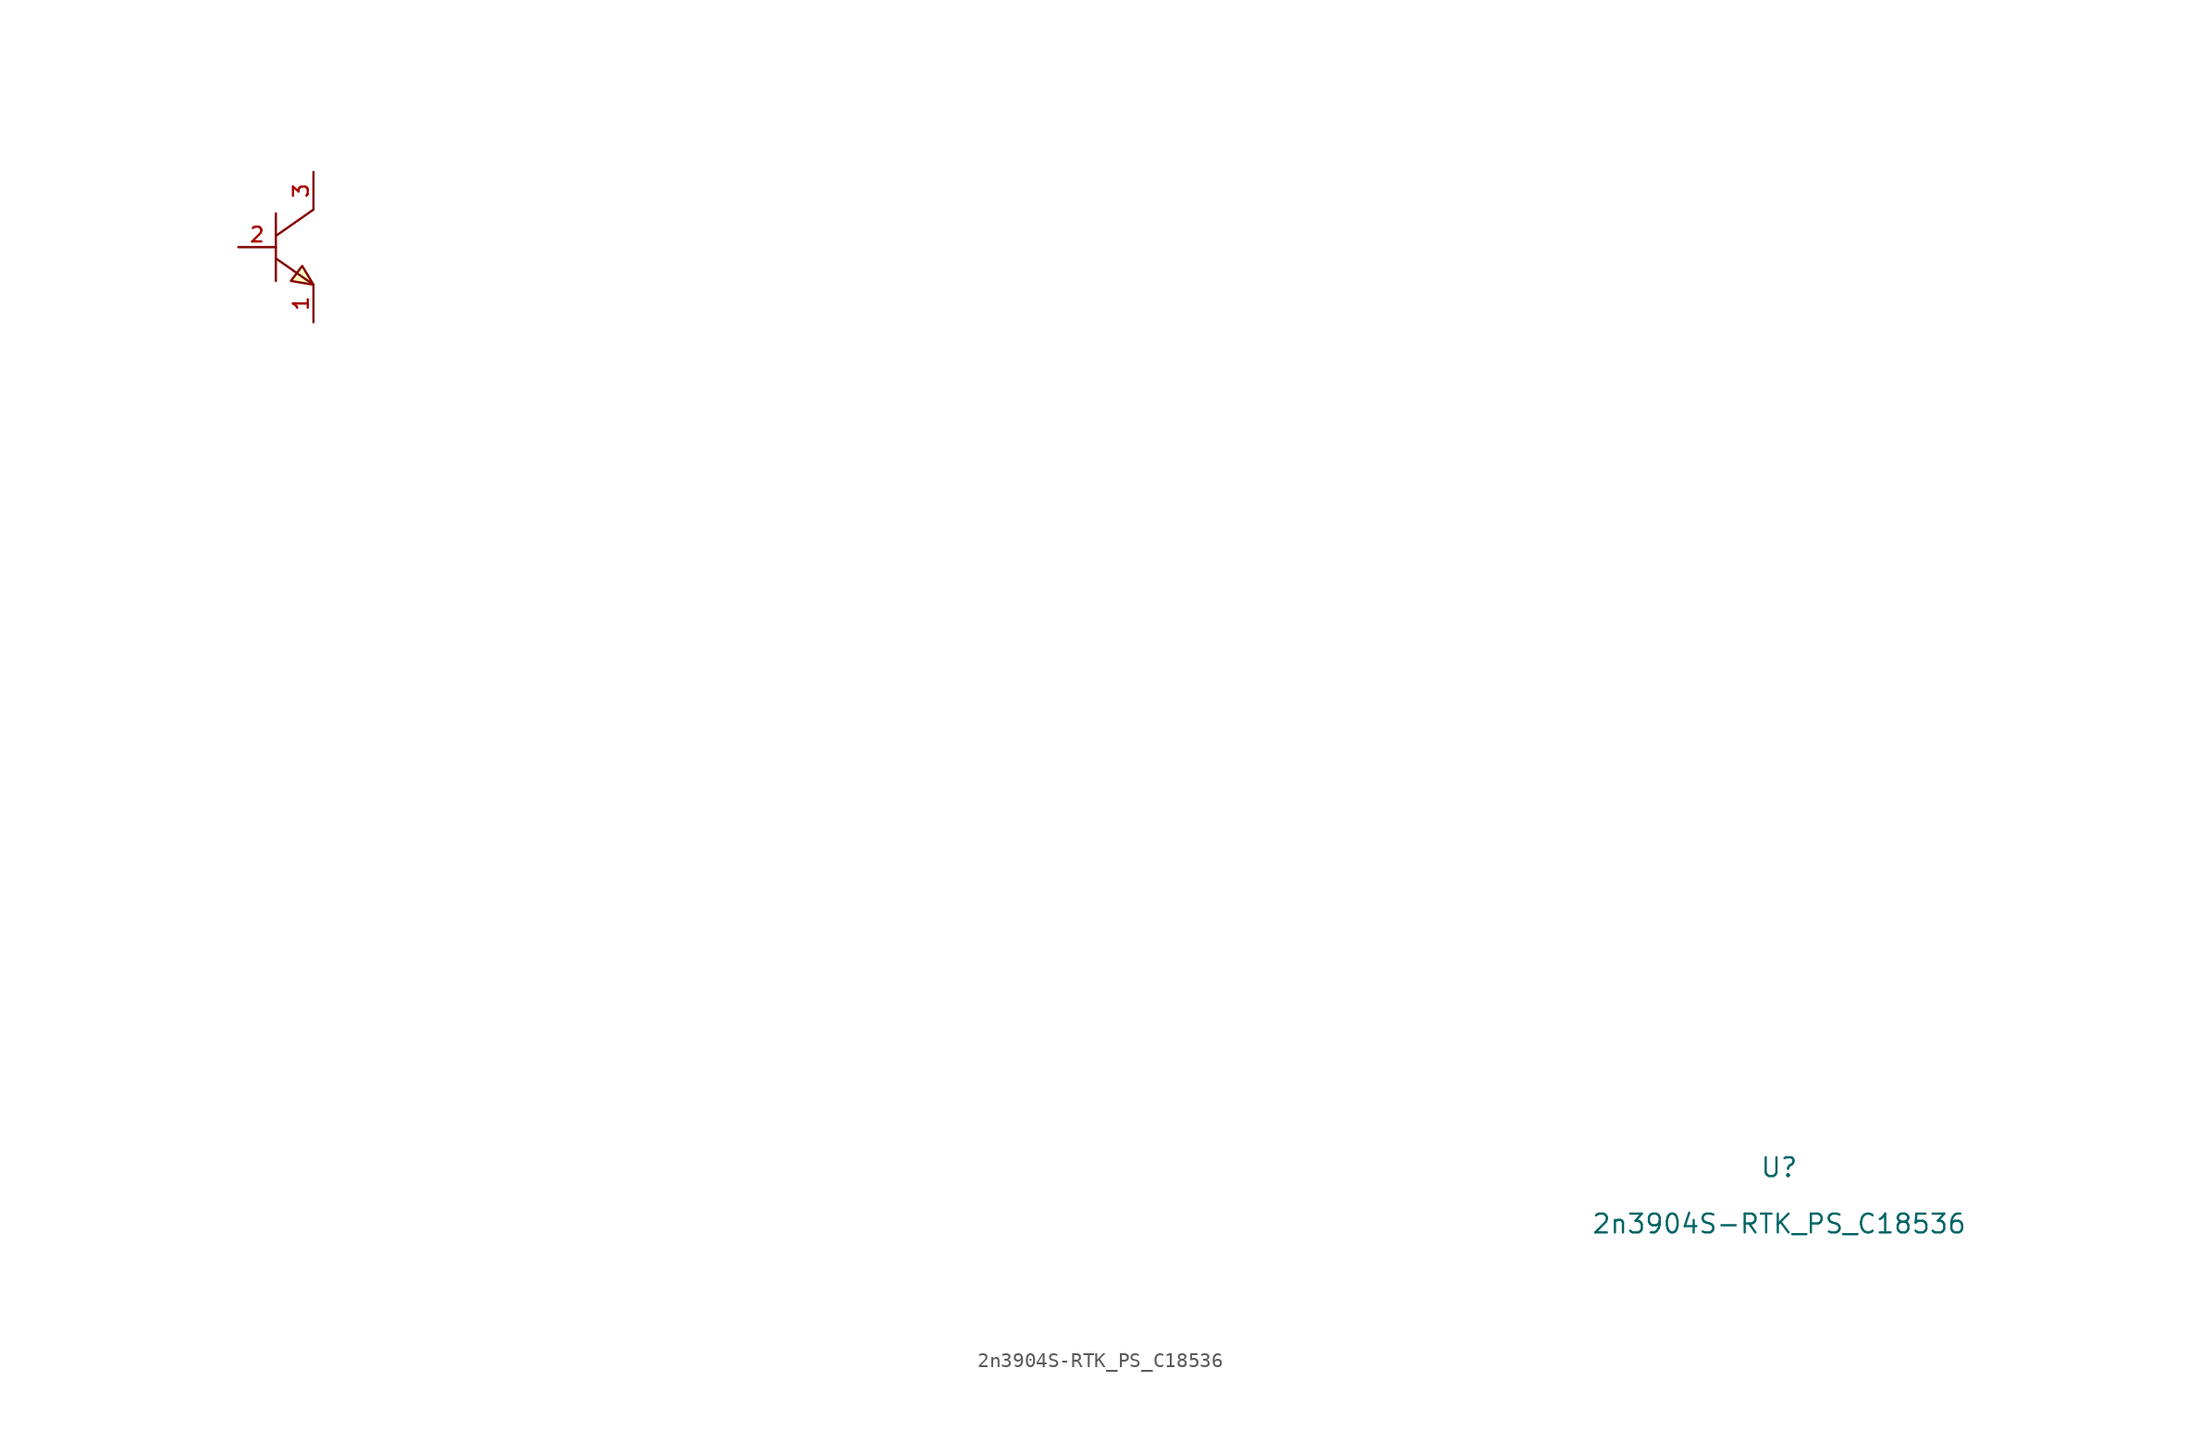
<source format=kicad_sym>
(kicad_symbol_lib
  (version 20210201)
  (generator TousstNicolas/JLC2KiCad_lib)
  (symbol "2n3904S-RTK_PS_C18536"
    (pin_names hide)
    (property "Reference" "U"
      (at 0 1.27 0)
      (effects (font (size 1.27 1.27))))
    (property "Value" "2n3904S-RTK_PS_C18536"
      (at 0 -2.54 0)
      (effects (font (size 1.27 1.27))))
    (symbol "2n3904S-RTK_PS_C18536_0_0"
      (pin input line (at -104.14 63.5 0) (length 2.54) (name "B" (effects (font (size 1 1)))) (number "2" (effects (font (size 1 1)))))
      (pin input line (at -99.06 68.58 270) (length 2.54) (name "C" (effects (font (size 1 1)))) (number "3" (effects (font (size 1 1)))))
      (pin input line (at -99.06 58.42 90) (length 2.54) (name "E" (effects (font (size 1 1)))) (number "1" (effects (font (size 1 1)))))
      (polyline (pts (xy -99.06 66.04) (xy -101.6 64.262)) (stroke (width 0) (type default) (color 0 0 0 0)) (fill (type none)))
      (polyline (pts (xy -101.6 62.738) (xy -99.06 60.96)) (stroke (width 0) (type default) (color 0 0 0 0)) (fill (type none)))
      (polyline (pts (xy -101.6 65.786) (xy -101.6 61.214)) (stroke (width 0) (type default) (color 0 0 0 0)) (fill (type none)))
      (polyline (pts (xy -99.06 60.96) (xy -99.822 62.23) (xy -100.584 61.214) (xy -99.06 60.96)) (stroke (width 0) (type default) (color 0 0 0 0)) (fill (type background))))))
</source>
